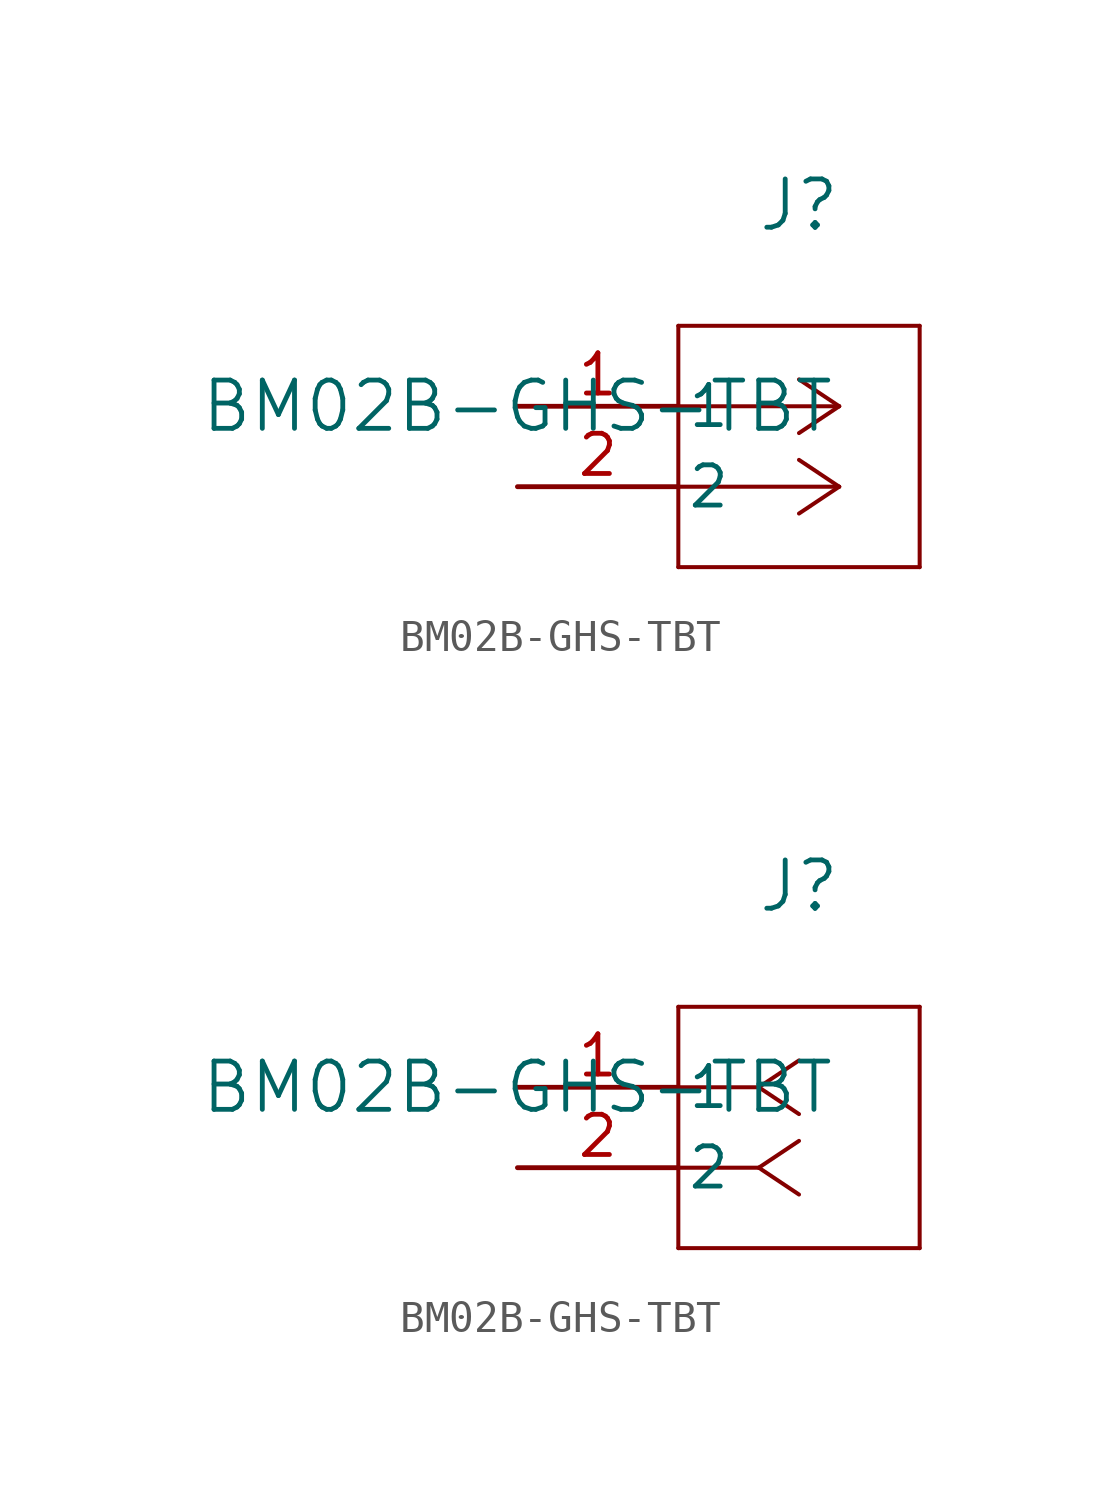
<source format=kicad_sym>
(kicad_symbol_lib
  (version 20211014)
  (generator kicad_symbol_editor)
  (symbol "BM02B-GHS-TBT"
    (pin_names
      (offset 0.254))
    (property "Reference" "J"
      (at 8.89 6.35 0)
      (effects (font (size 1.524 1.524))))
    (property "Value" "BM02B-GHS-TBT"
      (at 0 0 0)
      (effects (font (size 1.524 1.524))))
    (symbol "BM02B-GHS-TBT_1_1"
      (polyline (pts (xy 10.16 0) (xy 5.08 0)) (stroke (width 0.127) (type default) (color 0 0 0 0)) (fill (type none)))
      (polyline (pts (xy 10.16 -2.54) (xy 5.08 -2.54)) (stroke (width 0.127) (type default) (color 0 0 0 0)) (fill (type none)))
      (polyline (pts (xy 10.16 0) (xy 8.89 0.847)) (stroke (width 0.127) (type default) (color 0 0 0 0)) (fill (type none)))
      (polyline (pts (xy 10.16 -2.54) (xy 8.89 -1.693)) (stroke (width 0.127) (type default) (color 0 0 0 0)) (fill (type none)))
      (polyline (pts (xy 10.16 0) (xy 8.89 -0.847)) (stroke (width 0.127) (type default) (color 0 0 0 0)) (fill (type none)))
      (polyline (pts (xy 10.16 -2.54) (xy 8.89 -3.387)) (stroke (width 0.127) (type default) (color 0 0 0 0)) (fill (type none)))
      (polyline (pts (xy 5.08 2.54) (xy 5.08 -5.08)) (stroke (width 0.127) (type default) (color 0 0 0 0)) (fill (type none)))
      (polyline (pts (xy 5.08 -5.08) (xy 12.7 -5.08)) (stroke (width 0.127) (type default) (color 0 0 0 0)) (fill (type none)))
      (polyline (pts (xy 12.7 -5.08) (xy 12.7 2.54)) (stroke (width 0.127) (type default) (color 0 0 0 0)) (fill (type none)))
      (polyline (pts (xy 12.7 2.54) (xy 5.08 2.54)) (stroke (width 0.127) (type default) (color 0 0 0 0)) (fill (type none)))
      (pin unspecified line (at 0 0 0) (length 5.08) (name "1" (effects (font (size 1.27 1.27)))) (number "1" (effects (font (size 1.27 1.27)))))
      (pin unspecified line (at 0 -2.54 0) (length 5.08) (name "2" (effects (font (size 1.27 1.27)))) (number "2" (effects (font (size 1.27 1.27))))))
    (symbol "BM02B-GHS-TBT_1_2"
      (polyline (pts (xy 7.62 0) (xy 5.08 0)) (stroke (width 0.127) (type default) (color 0 0 0 0)) (fill (type none)))
      (polyline (pts (xy 7.62 -2.54) (xy 5.08 -2.54)) (stroke (width 0.127) (type default) (color 0 0 0 0)) (fill (type none)))
      (polyline (pts (xy 7.62 0) (xy 8.89 0.847)) (stroke (width 0.127) (type default) (color 0 0 0 0)) (fill (type none)))
      (polyline (pts (xy 7.62 -2.54) (xy 8.89 -1.693)) (stroke (width 0.127) (type default) (color 0 0 0 0)) (fill (type none)))
      (polyline (pts (xy 7.62 0) (xy 8.89 -0.847)) (stroke (width 0.127) (type default) (color 0 0 0 0)) (fill (type none)))
      (polyline (pts (xy 7.62 -2.54) (xy 8.89 -3.387)) (stroke (width 0.127) (type default) (color 0 0 0 0)) (fill (type none)))
      (polyline (pts (xy 5.08 2.54) (xy 5.08 -5.08)) (stroke (width 0.127) (type default) (color 0 0 0 0)) (fill (type none)))
      (polyline (pts (xy 5.08 -5.08) (xy 12.7 -5.08)) (stroke (width 0.127) (type default) (color 0 0 0 0)) (fill (type none)))
      (polyline (pts (xy 12.7 -5.08) (xy 12.7 2.54)) (stroke (width 0.127) (type default) (color 0 0 0 0)) (fill (type none)))
      (polyline (pts (xy 12.7 2.54) (xy 5.08 2.54)) (stroke (width 0.127) (type default) (color 0 0 0 0)) (fill (type none)))
      (pin unspecified line (at 0 0 0) (length 5.08) (name "1" (effects (font (size 1.27 1.27)))) (number "1" (effects (font (size 1.27 1.27)))))
      (pin unspecified line (at 0 -2.54 0) (length 5.08) (name "2" (effects (font (size 1.27 1.27)))) (number "2" (effects (font (size 1.27 1.27))))))))
</source>
